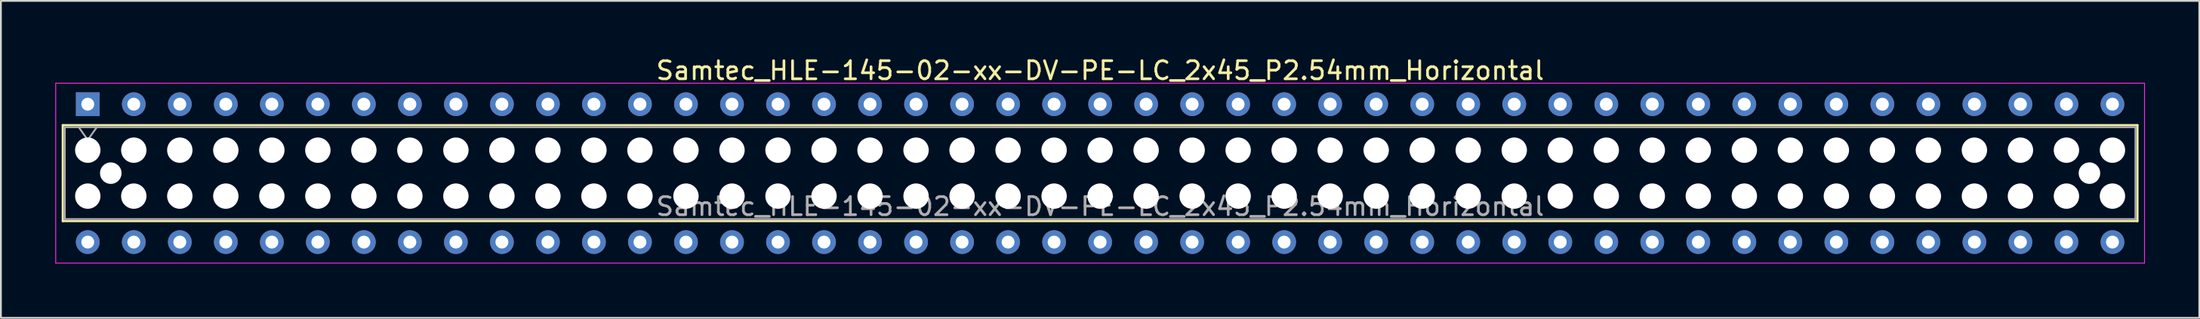
<source format=kicad_pcb>
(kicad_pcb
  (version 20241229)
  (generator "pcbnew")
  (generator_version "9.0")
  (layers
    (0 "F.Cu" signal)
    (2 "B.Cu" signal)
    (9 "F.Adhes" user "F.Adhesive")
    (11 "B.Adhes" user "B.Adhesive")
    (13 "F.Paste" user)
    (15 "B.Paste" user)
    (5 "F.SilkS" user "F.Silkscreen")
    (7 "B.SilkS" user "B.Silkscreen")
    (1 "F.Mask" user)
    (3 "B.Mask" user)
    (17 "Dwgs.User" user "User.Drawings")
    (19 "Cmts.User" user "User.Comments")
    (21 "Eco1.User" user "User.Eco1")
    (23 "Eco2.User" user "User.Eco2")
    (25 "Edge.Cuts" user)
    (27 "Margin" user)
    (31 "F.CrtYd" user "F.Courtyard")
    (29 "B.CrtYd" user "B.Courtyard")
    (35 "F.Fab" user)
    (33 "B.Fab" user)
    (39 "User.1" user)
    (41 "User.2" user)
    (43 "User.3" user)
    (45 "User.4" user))
  (footprint "Samtec_HLE-145-02-xx-DV-PE-LC_2x45_P2.54mm_Horizontal"
    (layer "F.Cu")
    (at 1.795 2.708)
    (property "Reference" "Samtec_HLE-145-02-xx-DV-PE-LC_2x45_P2.54mm_Horizontal" (at 55.88 -1.86 0) (layer "F.SilkS") (effects (font (size 1 1) (thickness 0.15))))
    (attr through_hole)
    (fp_line (start -1.38 1.16) (end 113.14 1.16) (stroke (width 0.12) (type solid)) (layer "F.SilkS"))
    (fp_line (start -1.38 6.46) (end -1.38 1.16) (stroke (width 0.12) (type solid)) (layer "F.SilkS"))
    (fp_line (start 113.14 1.16) (end 113.14 6.46) (stroke (width 0.12) (type solid)) (layer "F.SilkS"))
    (fp_line (start 113.14 6.46) (end -1.38 6.46) (stroke (width 0.12) (type solid)) (layer "F.SilkS"))
    (fp_line (start -1.77 -1.16) (end 113.53 -1.16) (stroke (width 0.05) (type solid)) (layer "F.CrtYd"))
    (fp_line (start -1.77 8.78) (end -1.77 -1.16) (stroke (width 0.05) (type solid)) (layer "F.CrtYd"))
    (fp_line (start 113.53 -1.16) (end 113.53 8.78) (stroke (width 0.05) (type solid)) (layer "F.CrtYd"))
    (fp_line (start 113.53 8.78) (end -1.77 8.78) (stroke (width 0.05) (type solid)) (layer "F.CrtYd"))
    (fp_line (start -1.27 1.27) (end 113.03 1.27) (stroke (width 0.1) (type solid)) (layer "F.Fab"))
    (fp_line (start -1.27 6.35) (end -1.27 1.27) (stroke (width 0.1) (type solid)) (layer "F.Fab"))
    (fp_line (start -0.5 1.27) (end 0 1.977) (stroke (width 0.1) (type solid)) (layer "F.Fab"))
    (fp_line (start 0 1.977) (end 0.5 1.27) (stroke (width 0.1) (type solid)) (layer "F.Fab"))
    (fp_line (start 113.03 1.27) (end 113.03 6.35) (stroke (width 0.1) (type solid)) (layer "F.Fab"))
    (fp_line (start 113.03 6.35) (end -1.27 6.35) (stroke (width 0.1) (type solid)) (layer "F.Fab"))
    (fp_text user "${REFERENCE}" (at 55.88 5.65 0) (layer "F.Fab") (effects (font (size 1 1) (thickness 0.15))))
    (pad "" np_thru_hole circle (at 0 2.54) (size 1.4 1.4) (drill 1.4) (layers "*.Cu" "*.Mask"))
    (pad "" np_thru_hole circle (at 0 5.08) (size 1.4 1.4) (drill 1.4) (layers "*.Cu" "*.Mask"))
    (pad "" np_thru_hole circle (at 1.27 3.81) (size 1.19 1.19) (drill 1.19) (layers "*.Cu" "*.Mask"))
    (pad "" np_thru_hole circle (at 2.54 2.54) (size 1.4 1.4) (drill 1.4) (layers "*.Cu" "*.Mask"))
    (pad "" np_thru_hole circle (at 2.54 5.08) (size 1.4 1.4) (drill 1.4) (layers "*.Cu" "*.Mask"))
    (pad "" np_thru_hole circle (at 5.08 2.54) (size 1.4 1.4) (drill 1.4) (layers "*.Cu" "*.Mask"))
    (pad "" np_thru_hole circle (at 5.08 5.08) (size 1.4 1.4) (drill 1.4) (layers "*.Cu" "*.Mask"))
    (pad "" np_thru_hole circle (at 7.62 2.54) (size 1.4 1.4) (drill 1.4) (layers "*.Cu" "*.Mask"))
    (pad "" np_thru_hole circle (at 7.62 5.08) (size 1.4 1.4) (drill 1.4) (layers "*.Cu" "*.Mask"))
    (pad "" np_thru_hole circle (at 10.16 2.54) (size 1.4 1.4) (drill 1.4) (layers "*.Cu" "*.Mask"))
    (pad "" np_thru_hole circle (at 10.16 5.08) (size 1.4 1.4) (drill 1.4) (layers "*.Cu" "*.Mask"))
    (pad "" np_thru_hole circle (at 12.7 2.54) (size 1.4 1.4) (drill 1.4) (layers "*.Cu" "*.Mask"))
    (pad "" np_thru_hole circle (at 12.7 5.08) (size 1.4 1.4) (drill 1.4) (layers "*.Cu" "*.Mask"))
    (pad "" np_thru_hole circle (at 15.24 2.54) (size 1.4 1.4) (drill 1.4) (layers "*.Cu" "*.Mask"))
    (pad "" np_thru_hole circle (at 15.24 5.08) (size 1.4 1.4) (drill 1.4) (layers "*.Cu" "*.Mask"))
    (pad "" np_thru_hole circle (at 17.78 2.54) (size 1.4 1.4) (drill 1.4) (layers "*.Cu" "*.Mask"))
    (pad "" np_thru_hole circle (at 17.78 5.08) (size 1.4 1.4) (drill 1.4) (layers "*.Cu" "*.Mask"))
    (pad "" np_thru_hole circle (at 20.32 2.54) (size 1.4 1.4) (drill 1.4) (layers "*.Cu" "*.Mask"))
    (pad "" np_thru_hole circle (at 20.32 5.08) (size 1.4 1.4) (drill 1.4) (layers "*.Cu" "*.Mask"))
    (pad "" np_thru_hole circle (at 22.86 2.54) (size 1.4 1.4) (drill 1.4) (layers "*.Cu" "*.Mask"))
    (pad "" np_thru_hole circle (at 22.86 5.08) (size 1.4 1.4) (drill 1.4) (layers "*.Cu" "*.Mask"))
    (pad "" np_thru_hole circle (at 25.4 2.54) (size 1.4 1.4) (drill 1.4) (layers "*.Cu" "*.Mask"))
    (pad "" np_thru_hole circle (at 25.4 5.08) (size 1.4 1.4) (drill 1.4) (layers "*.Cu" "*.Mask"))
    (pad "" np_thru_hole circle (at 27.94 2.54) (size 1.4 1.4) (drill 1.4) (layers "*.Cu" "*.Mask"))
    (pad "" np_thru_hole circle (at 27.94 5.08) (size 1.4 1.4) (drill 1.4) (layers "*.Cu" "*.Mask"))
    (pad "" np_thru_hole circle (at 30.48 2.54) (size 1.4 1.4) (drill 1.4) (layers "*.Cu" "*.Mask"))
    (pad "" np_thru_hole circle (at 30.48 5.08) (size 1.4 1.4) (drill 1.4) (layers "*.Cu" "*.Mask"))
    (pad "" np_thru_hole circle (at 33.02 2.54) (size 1.4 1.4) (drill 1.4) (layers "*.Cu" "*.Mask"))
    (pad "" np_thru_hole circle (at 33.02 5.08) (size 1.4 1.4) (drill 1.4) (layers "*.Cu" "*.Mask"))
    (pad "" np_thru_hole circle (at 35.56 2.54) (size 1.4 1.4) (drill 1.4) (layers "*.Cu" "*.Mask"))
    (pad "" np_thru_hole circle (at 35.56 5.08) (size 1.4 1.4) (drill 1.4) (layers "*.Cu" "*.Mask"))
    (pad "" np_thru_hole circle (at 38.1 2.54) (size 1.4 1.4) (drill 1.4) (layers "*.Cu" "*.Mask"))
    (pad "" np_thru_hole circle (at 38.1 5.08) (size 1.4 1.4) (drill 1.4) (layers "*.Cu" "*.Mask"))
    (pad "" np_thru_hole circle (at 40.64 2.54) (size 1.4 1.4) (drill 1.4) (layers "*.Cu" "*.Mask"))
    (pad "" np_thru_hole circle (at 40.64 5.08) (size 1.4 1.4) (drill 1.4) (layers "*.Cu" "*.Mask"))
    (pad "" np_thru_hole circle (at 43.18 2.54) (size 1.4 1.4) (drill 1.4) (layers "*.Cu" "*.Mask"))
    (pad "" np_thru_hole circle (at 43.18 5.08) (size 1.4 1.4) (drill 1.4) (layers "*.Cu" "*.Mask"))
    (pad "" np_thru_hole circle (at 45.72 2.54) (size 1.4 1.4) (drill 1.4) (layers "*.Cu" "*.Mask"))
    (pad "" np_thru_hole circle (at 45.72 5.08) (size 1.4 1.4) (drill 1.4) (layers "*.Cu" "*.Mask"))
    (pad "" np_thru_hole circle (at 48.26 2.54) (size 1.4 1.4) (drill 1.4) (layers "*.Cu" "*.Mask"))
    (pad "" np_thru_hole circle (at 48.26 5.08) (size 1.4 1.4) (drill 1.4) (layers "*.Cu" "*.Mask"))
    (pad "" np_thru_hole circle (at 50.8 2.54) (size 1.4 1.4) (drill 1.4) (layers "*.Cu" "*.Mask"))
    (pad "" np_thru_hole circle (at 50.8 5.08) (size 1.4 1.4) (drill 1.4) (layers "*.Cu" "*.Mask"))
    (pad "" np_thru_hole circle (at 53.34 2.54) (size 1.4 1.4) (drill 1.4) (layers "*.Cu" "*.Mask"))
    (pad "" np_thru_hole circle (at 53.34 5.08) (size 1.4 1.4) (drill 1.4) (layers "*.Cu" "*.Mask"))
    (pad "" np_thru_hole circle (at 55.88 2.54) (size 1.4 1.4) (drill 1.4) (layers "*.Cu" "*.Mask"))
    (pad "" np_thru_hole circle (at 55.88 5.08) (size 1.4 1.4) (drill 1.4) (layers "*.Cu" "*.Mask"))
    (pad "" np_thru_hole circle (at 58.42 2.54) (size 1.4 1.4) (drill 1.4) (layers "*.Cu" "*.Mask"))
    (pad "" np_thru_hole circle (at 58.42 5.08) (size 1.4 1.4) (drill 1.4) (layers "*.Cu" "*.Mask"))
    (pad "" np_thru_hole circle (at 60.96 2.54) (size 1.4 1.4) (drill 1.4) (layers "*.Cu" "*.Mask"))
    (pad "" np_thru_hole circle (at 60.96 5.08) (size 1.4 1.4) (drill 1.4) (layers "*.Cu" "*.Mask"))
    (pad "" np_thru_hole circle (at 63.5 2.54) (size 1.4 1.4) (drill 1.4) (layers "*.Cu" "*.Mask"))
    (pad "" np_thru_hole circle (at 63.5 5.08) (size 1.4 1.4) (drill 1.4) (layers "*.Cu" "*.Mask"))
    (pad "" np_thru_hole circle (at 66.04 2.54) (size 1.4 1.4) (drill 1.4) (layers "*.Cu" "*.Mask"))
    (pad "" np_thru_hole circle (at 66.04 5.08) (size 1.4 1.4) (drill 1.4) (layers "*.Cu" "*.Mask"))
    (pad "" np_thru_hole circle (at 68.58 2.54) (size 1.4 1.4) (drill 1.4) (layers "*.Cu" "*.Mask"))
    (pad "" np_thru_hole circle (at 68.58 5.08) (size 1.4 1.4) (drill 1.4) (layers "*.Cu" "*.Mask"))
    (pad "" np_thru_hole circle (at 71.12 2.54) (size 1.4 1.4) (drill 1.4) (layers "*.Cu" "*.Mask"))
    (pad "" np_thru_hole circle (at 71.12 5.08) (size 1.4 1.4) (drill 1.4) (layers "*.Cu" "*.Mask"))
    (pad "" np_thru_hole circle (at 73.66 2.54) (size 1.4 1.4) (drill 1.4) (layers "*.Cu" "*.Mask"))
    (pad "" np_thru_hole circle (at 73.66 5.08) (size 1.4 1.4) (drill 1.4) (layers "*.Cu" "*.Mask"))
    (pad "" np_thru_hole circle (at 76.2 2.54) (size 1.4 1.4) (drill 1.4) (layers "*.Cu" "*.Mask"))
    (pad "" np_thru_hole circle (at 76.2 5.08) (size 1.4 1.4) (drill 1.4) (layers "*.Cu" "*.Mask"))
    (pad "" np_thru_hole circle (at 78.74 2.54) (size 1.4 1.4) (drill 1.4) (layers "*.Cu" "*.Mask"))
    (pad "" np_thru_hole circle (at 78.74 5.08) (size 1.4 1.4) (drill 1.4) (layers "*.Cu" "*.Mask"))
    (pad "" np_thru_hole circle (at 81.28 2.54) (size 1.4 1.4) (drill 1.4) (layers "*.Cu" "*.Mask"))
    (pad "" np_thru_hole circle (at 81.28 5.08) (size 1.4 1.4) (drill 1.4) (layers "*.Cu" "*.Mask"))
    (pad "" np_thru_hole circle (at 83.82 2.54) (size 1.4 1.4) (drill 1.4) (layers "*.Cu" "*.Mask"))
    (pad "" np_thru_hole circle (at 83.82 5.08) (size 1.4 1.4) (drill 1.4) (layers "*.Cu" "*.Mask"))
    (pad "" np_thru_hole circle (at 86.36 2.54) (size 1.4 1.4) (drill 1.4) (layers "*.Cu" "*.Mask"))
    (pad "" np_thru_hole circle (at 86.36 5.08) (size 1.4 1.4) (drill 1.4) (layers "*.Cu" "*.Mask"))
    (pad "" np_thru_hole circle (at 88.9 2.54) (size 1.4 1.4) (drill 1.4) (layers "*.Cu" "*.Mask"))
    (pad "" np_thru_hole circle (at 88.9 5.08) (size 1.4 1.4) (drill 1.4) (layers "*.Cu" "*.Mask"))
    (pad "" np_thru_hole circle (at 91.44 2.54) (size 1.4 1.4) (drill 1.4) (layers "*.Cu" "*.Mask"))
    (pad "" np_thru_hole circle (at 91.44 5.08) (size 1.4 1.4) (drill 1.4) (layers "*.Cu" "*.Mask"))
    (pad "" np_thru_hole circle (at 93.98 2.54) (size 1.4 1.4) (drill 1.4) (layers "*.Cu" "*.Mask"))
    (pad "" np_thru_hole circle (at 93.98 5.08) (size 1.4 1.4) (drill 1.4) (layers "*.Cu" "*.Mask"))
    (pad "" np_thru_hole circle (at 96.52 2.54) (size 1.4 1.4) (drill 1.4) (layers "*.Cu" "*.Mask"))
    (pad "" np_thru_hole circle (at 96.52 5.08) (size 1.4 1.4) (drill 1.4) (layers "*.Cu" "*.Mask"))
    (pad "" np_thru_hole circle (at 99.06 2.54) (size 1.4 1.4) (drill 1.4) (layers "*.Cu" "*.Mask"))
    (pad "" np_thru_hole circle (at 99.06 5.08) (size 1.4 1.4) (drill 1.4) (layers "*.Cu" "*.Mask"))
    (pad "" np_thru_hole circle (at 101.6 2.54) (size 1.4 1.4) (drill 1.4) (layers "*.Cu" "*.Mask"))
    (pad "" np_thru_hole circle (at 101.6 5.08) (size 1.4 1.4) (drill 1.4) (layers "*.Cu" "*.Mask"))
    (pad "" np_thru_hole circle (at 104.14 2.54) (size 1.4 1.4) (drill 1.4) (layers "*.Cu" "*.Mask"))
    (pad "" np_thru_hole circle (at 104.14 5.08) (size 1.4 1.4) (drill 1.4) (layers "*.Cu" "*.Mask"))
    (pad "" np_thru_hole circle (at 106.68 2.54) (size 1.4 1.4) (drill 1.4) (layers "*.Cu" "*.Mask"))
    (pad "" np_thru_hole circle (at 106.68 5.08) (size 1.4 1.4) (drill 1.4) (layers "*.Cu" "*.Mask"))
    (pad "" np_thru_hole circle (at 109.22 2.54) (size 1.4 1.4) (drill 1.4) (layers "*.Cu" "*.Mask"))
    (pad "" np_thru_hole circle (at 109.22 5.08) (size 1.4 1.4) (drill 1.4) (layers "*.Cu" "*.Mask"))
    (pad "" np_thru_hole circle (at 110.49 3.81) (size 1.19 1.19) (drill 1.19) (layers "*.Cu" "*.Mask"))
    (pad "" np_thru_hole circle (at 111.76 2.54) (size 1.4 1.4) (drill 1.4) (layers "*.Cu" "*.Mask"))
    (pad "" np_thru_hole circle (at 111.76 5.08) (size 1.4 1.4) (drill 1.4) (layers "*.Cu" "*.Mask"))
    (pad "1" thru_hole rect (at 0 0) (size 1.31 1.31) (drill 0.71) (layers "*.Cu" "*.Mask"))
    (pad "2" thru_hole circle (at 0 7.62) (size 1.31 1.31) (drill 0.71) (layers "*.Cu" "*.Mask"))
    (pad "3" thru_hole circle (at 2.54 0) (size 1.31 1.31) (drill 0.71) (layers "*.Cu" "*.Mask"))
    (pad "4" thru_hole circle (at 2.54 7.62) (size 1.31 1.31) (drill 0.71) (layers "*.Cu" "*.Mask"))
    (pad "5" thru_hole circle (at 5.08 0) (size 1.31 1.31) (drill 0.71) (layers "*.Cu" "*.Mask"))
    (pad "6" thru_hole circle (at 5.08 7.62) (size 1.31 1.31) (drill 0.71) (layers "*.Cu" "*.Mask"))
    (pad "7" thru_hole circle (at 7.62 0) (size 1.31 1.31) (drill 0.71) (layers "*.Cu" "*.Mask"))
    (pad "8" thru_hole circle (at 7.62 7.62) (size 1.31 1.31) (drill 0.71) (layers "*.Cu" "*.Mask"))
    (pad "9" thru_hole circle (at 10.16 0) (size 1.31 1.31) (drill 0.71) (layers "*.Cu" "*.Mask"))
    (pad "10" thru_hole circle (at 10.16 7.62) (size 1.31 1.31) (drill 0.71) (layers "*.Cu" "*.Mask"))
    (pad "11" thru_hole circle (at 12.7 0) (size 1.31 1.31) (drill 0.71) (layers "*.Cu" "*.Mask"))
    (pad "12" thru_hole circle (at 12.7 7.62) (size 1.31 1.31) (drill 0.71) (layers "*.Cu" "*.Mask"))
    (pad "13" thru_hole circle (at 15.24 0) (size 1.31 1.31) (drill 0.71) (layers "*.Cu" "*.Mask"))
    (pad "14" thru_hole circle (at 15.24 7.62) (size 1.31 1.31) (drill 0.71) (layers "*.Cu" "*.Mask"))
    (pad "15" thru_hole circle (at 17.78 0) (size 1.31 1.31) (drill 0.71) (layers "*.Cu" "*.Mask"))
    (pad "16" thru_hole circle (at 17.78 7.62) (size 1.31 1.31) (drill 0.71) (layers "*.Cu" "*.Mask"))
    (pad "17" thru_hole circle (at 20.32 0) (size 1.31 1.31) (drill 0.71) (layers "*.Cu" "*.Mask"))
    (pad "18" thru_hole circle (at 20.32 7.62) (size 1.31 1.31) (drill 0.71) (layers "*.Cu" "*.Mask"))
    (pad "19" thru_hole circle (at 22.86 0) (size 1.31 1.31) (drill 0.71) (layers "*.Cu" "*.Mask"))
    (pad "20" thru_hole circle (at 22.86 7.62) (size 1.31 1.31) (drill 0.71) (layers "*.Cu" "*.Mask"))
    (pad "21" thru_hole circle (at 25.4 0) (size 1.31 1.31) (drill 0.71) (layers "*.Cu" "*.Mask"))
    (pad "22" thru_hole circle (at 25.4 7.62) (size 1.31 1.31) (drill 0.71) (layers "*.Cu" "*.Mask"))
    (pad "23" thru_hole circle (at 27.94 0) (size 1.31 1.31) (drill 0.71) (layers "*.Cu" "*.Mask"))
    (pad "24" thru_hole circle (at 27.94 7.62) (size 1.31 1.31) (drill 0.71) (layers "*.Cu" "*.Mask"))
    (pad "25" thru_hole circle (at 30.48 0) (size 1.31 1.31) (drill 0.71) (layers "*.Cu" "*.Mask"))
    (pad "26" thru_hole circle (at 30.48 7.62) (size 1.31 1.31) (drill 0.71) (layers "*.Cu" "*.Mask"))
    (pad "27" thru_hole circle (at 33.02 0) (size 1.31 1.31) (drill 0.71) (layers "*.Cu" "*.Mask"))
    (pad "28" thru_hole circle (at 33.02 7.62) (size 1.31 1.31) (drill 0.71) (layers "*.Cu" "*.Mask"))
    (pad "29" thru_hole circle (at 35.56 0) (size 1.31 1.31) (drill 0.71) (layers "*.Cu" "*.Mask"))
    (pad "30" thru_hole circle (at 35.56 7.62) (size 1.31 1.31) (drill 0.71) (layers "*.Cu" "*.Mask"))
    (pad "31" thru_hole circle (at 38.1 0) (size 1.31 1.31) (drill 0.71) (layers "*.Cu" "*.Mask"))
    (pad "32" thru_hole circle (at 38.1 7.62) (size 1.31 1.31) (drill 0.71) (layers "*.Cu" "*.Mask"))
    (pad "33" thru_hole circle (at 40.64 0) (size 1.31 1.31) (drill 0.71) (layers "*.Cu" "*.Mask"))
    (pad "34" thru_hole circle (at 40.64 7.62) (size 1.31 1.31) (drill 0.71) (layers "*.Cu" "*.Mask"))
    (pad "35" thru_hole circle (at 43.18 0) (size 1.31 1.31) (drill 0.71) (layers "*.Cu" "*.Mask"))
    (pad "36" thru_hole circle (at 43.18 7.62) (size 1.31 1.31) (drill 0.71) (layers "*.Cu" "*.Mask"))
    (pad "37" thru_hole circle (at 45.72 0) (size 1.31 1.31) (drill 0.71) (layers "*.Cu" "*.Mask"))
    (pad "38" thru_hole circle (at 45.72 7.62) (size 1.31 1.31) (drill 0.71) (layers "*.Cu" "*.Mask"))
    (pad "39" thru_hole circle (at 48.26 0) (size 1.31 1.31) (drill 0.71) (layers "*.Cu" "*.Mask"))
    (pad "40" thru_hole circle (at 48.26 7.62) (size 1.31 1.31) (drill 0.71) (layers "*.Cu" "*.Mask"))
    (pad "41" thru_hole circle (at 50.8 0) (size 1.31 1.31) (drill 0.71) (layers "*.Cu" "*.Mask"))
    (pad "42" thru_hole circle (at 50.8 7.62) (size 1.31 1.31) (drill 0.71) (layers "*.Cu" "*.Mask"))
    (pad "43" thru_hole circle (at 53.34 0) (size 1.31 1.31) (drill 0.71) (layers "*.Cu" "*.Mask"))
    (pad "44" thru_hole circle (at 53.34 7.62) (size 1.31 1.31) (drill 0.71) (layers "*.Cu" "*.Mask"))
    (pad "45" thru_hole circle (at 55.88 0) (size 1.31 1.31) (drill 0.71) (layers "*.Cu" "*.Mask"))
    (pad "46" thru_hole circle (at 55.88 7.62) (size 1.31 1.31) (drill 0.71) (layers "*.Cu" "*.Mask"))
    (pad "47" thru_hole circle (at 58.42 0) (size 1.31 1.31) (drill 0.71) (layers "*.Cu" "*.Mask"))
    (pad "48" thru_hole circle (at 58.42 7.62) (size 1.31 1.31) (drill 0.71) (layers "*.Cu" "*.Mask"))
    (pad "49" thru_hole circle (at 60.96 0) (size 1.31 1.31) (drill 0.71) (layers "*.Cu" "*.Mask"))
    (pad "50" thru_hole circle (at 60.96 7.62) (size 1.31 1.31) (drill 0.71) (layers "*.Cu" "*.Mask"))
    (pad "51" thru_hole circle (at 63.5 0) (size 1.31 1.31) (drill 0.71) (layers "*.Cu" "*.Mask"))
    (pad "52" thru_hole circle (at 63.5 7.62) (size 1.31 1.31) (drill 0.71) (layers "*.Cu" "*.Mask"))
    (pad "53" thru_hole circle (at 66.04 0) (size 1.31 1.31) (drill 0.71) (layers "*.Cu" "*.Mask"))
    (pad "54" thru_hole circle (at 66.04 7.62) (size 1.31 1.31) (drill 0.71) (layers "*.Cu" "*.Mask"))
    (pad "55" thru_hole circle (at 68.58 0) (size 1.31 1.31) (drill 0.71) (layers "*.Cu" "*.Mask"))
    (pad "56" thru_hole circle (at 68.58 7.62) (size 1.31 1.31) (drill 0.71) (layers "*.Cu" "*.Mask"))
    (pad "57" thru_hole circle (at 71.12 0) (size 1.31 1.31) (drill 0.71) (layers "*.Cu" "*.Mask"))
    (pad "58" thru_hole circle (at 71.12 7.62) (size 1.31 1.31) (drill 0.71) (layers "*.Cu" "*.Mask"))
    (pad "59" thru_hole circle (at 73.66 0) (size 1.31 1.31) (drill 0.71) (layers "*.Cu" "*.Mask"))
    (pad "60" thru_hole circle (at 73.66 7.62) (size 1.31 1.31) (drill 0.71) (layers "*.Cu" "*.Mask"))
    (pad "61" thru_hole circle (at 76.2 0) (size 1.31 1.31) (drill 0.71) (layers "*.Cu" "*.Mask"))
    (pad "62" thru_hole circle (at 76.2 7.62) (size 1.31 1.31) (drill 0.71) (layers "*.Cu" "*.Mask"))
    (pad "63" thru_hole circle (at 78.74 0) (size 1.31 1.31) (drill 0.71) (layers "*.Cu" "*.Mask"))
    (pad "64" thru_hole circle (at 78.74 7.62) (size 1.31 1.31) (drill 0.71) (layers "*.Cu" "*.Mask"))
    (pad "65" thru_hole circle (at 81.28 0) (size 1.31 1.31) (drill 0.71) (layers "*.Cu" "*.Mask"))
    (pad "66" thru_hole circle (at 81.28 7.62) (size 1.31 1.31) (drill 0.71) (layers "*.Cu" "*.Mask"))
    (pad "67" thru_hole circle (at 83.82 0) (size 1.31 1.31) (drill 0.71) (layers "*.Cu" "*.Mask"))
    (pad "68" thru_hole circle (at 83.82 7.62) (size 1.31 1.31) (drill 0.71) (layers "*.Cu" "*.Mask"))
    (pad "69" thru_hole circle (at 86.36 0) (size 1.31 1.31) (drill 0.71) (layers "*.Cu" "*.Mask"))
    (pad "70" thru_hole circle (at 86.36 7.62) (size 1.31 1.31) (drill 0.71) (layers "*.Cu" "*.Mask"))
    (pad "71" thru_hole circle (at 88.9 0) (size 1.31 1.31) (drill 0.71) (layers "*.Cu" "*.Mask"))
    (pad "72" thru_hole circle (at 88.9 7.62) (size 1.31 1.31) (drill 0.71) (layers "*.Cu" "*.Mask"))
    (pad "73" thru_hole circle (at 91.44 0) (size 1.31 1.31) (drill 0.71) (layers "*.Cu" "*.Mask"))
    (pad "74" thru_hole circle (at 91.44 7.62) (size 1.31 1.31) (drill 0.71) (layers "*.Cu" "*.Mask"))
    (pad "75" thru_hole circle (at 93.98 0) (size 1.31 1.31) (drill 0.71) (layers "*.Cu" "*.Mask"))
    (pad "76" thru_hole circle (at 93.98 7.62) (size 1.31 1.31) (drill 0.71) (layers "*.Cu" "*.Mask"))
    (pad "77" thru_hole circle (at 96.52 0) (size 1.31 1.31) (drill 0.71) (layers "*.Cu" "*.Mask"))
    (pad "78" thru_hole circle (at 96.52 7.62) (size 1.31 1.31) (drill 0.71) (layers "*.Cu" "*.Mask"))
    (pad "79" thru_hole circle (at 99.06 0) (size 1.31 1.31) (drill 0.71) (layers "*.Cu" "*.Mask"))
    (pad "80" thru_hole circle (at 99.06 7.62) (size 1.31 1.31) (drill 0.71) (layers "*.Cu" "*.Mask"))
    (pad "81" thru_hole circle (at 101.6 0) (size 1.31 1.31) (drill 0.71) (layers "*.Cu" "*.Mask"))
    (pad "82" thru_hole circle (at 101.6 7.62) (size 1.31 1.31) (drill 0.71) (layers "*.Cu" "*.Mask"))
    (pad "83" thru_hole circle (at 104.14 0) (size 1.31 1.31) (drill 0.71) (layers "*.Cu" "*.Mask"))
    (pad "84" thru_hole circle (at 104.14 7.62) (size 1.31 1.31) (drill 0.71) (layers "*.Cu" "*.Mask"))
    (pad "85" thru_hole circle (at 106.68 0) (size 1.31 1.31) (drill 0.71) (layers "*.Cu" "*.Mask"))
    (pad "86" thru_hole circle (at 106.68 7.62) (size 1.31 1.31) (drill 0.71) (layers "*.Cu" "*.Mask"))
    (pad "87" thru_hole circle (at 109.22 0) (size 1.31 1.31) (drill 0.71) (layers "*.Cu" "*.Mask"))
    (pad "88" thru_hole circle (at 109.22 7.62) (size 1.31 1.31) (drill 0.71) (layers "*.Cu" "*.Mask"))
    (pad "89" thru_hole circle (at 111.76 0) (size 1.31 1.31) (drill 0.71) (layers "*.Cu" "*.Mask"))
    (pad "90" thru_hole circle (at 111.76 7.62) (size 1.31 1.31) (drill 0.71) (layers "*.Cu" "*.Mask")))
  (gr_rect
    (start -3 -3)
    (end 118.35 14.513)
    (stroke (width 0.1) (type default))
    (fill no)
    (layer "Edge.Cuts")))
</source>
